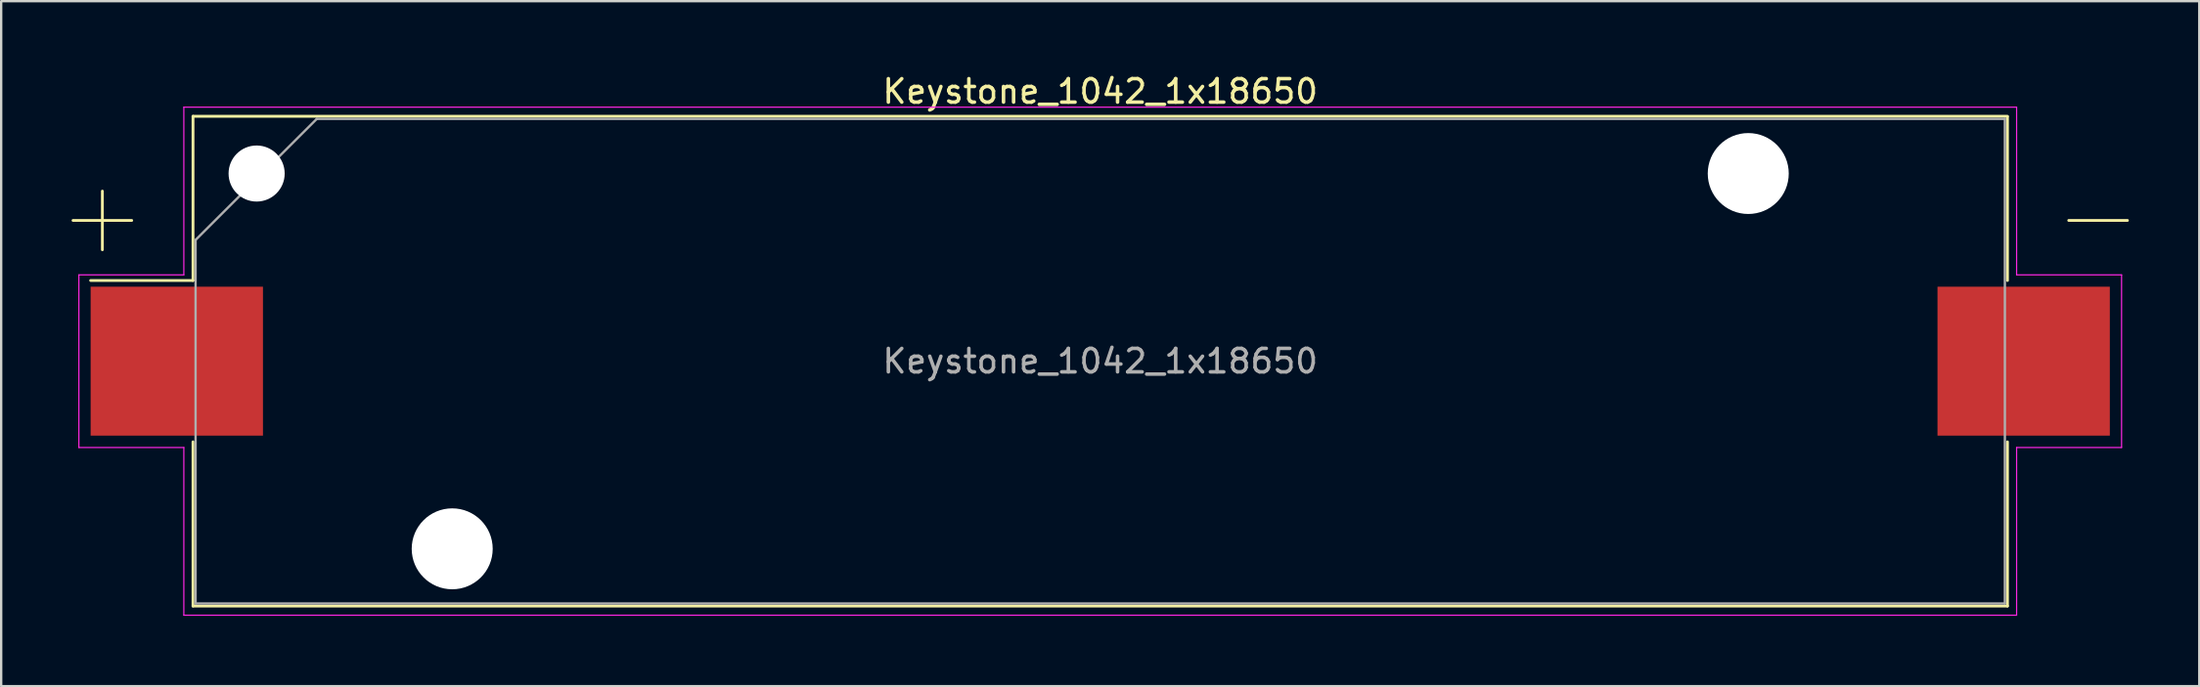
<source format=kicad_pcb>
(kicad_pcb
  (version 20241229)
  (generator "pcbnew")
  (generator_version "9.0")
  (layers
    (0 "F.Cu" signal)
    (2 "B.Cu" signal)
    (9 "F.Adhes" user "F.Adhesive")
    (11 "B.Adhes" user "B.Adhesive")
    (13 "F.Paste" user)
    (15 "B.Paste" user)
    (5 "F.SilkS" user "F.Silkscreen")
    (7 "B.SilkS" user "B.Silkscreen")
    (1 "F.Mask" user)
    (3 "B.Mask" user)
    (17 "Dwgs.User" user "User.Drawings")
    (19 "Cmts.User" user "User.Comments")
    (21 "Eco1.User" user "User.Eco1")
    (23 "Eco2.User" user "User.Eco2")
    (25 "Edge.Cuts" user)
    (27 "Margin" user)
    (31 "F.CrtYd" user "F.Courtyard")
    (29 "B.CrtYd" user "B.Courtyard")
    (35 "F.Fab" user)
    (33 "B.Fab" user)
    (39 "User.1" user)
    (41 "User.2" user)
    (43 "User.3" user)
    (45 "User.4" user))
  (footprint "Keystone_1042_1x18650"
    (layer "F.Cu")
    (at 43.81 12.348)
    (property "Reference" "Keystone_1042_1x18650" (at 0 -11.5 0) (layer "F.SilkS") (effects (font (size 1 1) (thickness 0.15))))
    (attr smd)
    (fp_line (start -43.75 -6) (end -41.25 -6) (stroke (width 0.12) (type solid)) (layer "F.SilkS"))
    (fp_line (start -42.5 -4.75) (end -42.5 -7.25) (stroke (width 0.12) (type solid)) (layer "F.SilkS"))
    (fp_line (start -38.64 -10.44) (end -38.64 -3.44) (stroke (width 0.12) (type solid)) (layer "F.SilkS"))
    (fp_line (start -38.64 -3.44) (end -43 -3.44) (stroke (width 0.12) (type solid)) (layer "F.SilkS"))
    (fp_line (start -38.64 10.44) (end -38.64 3.44) (stroke (width 0.12) (type solid)) (layer "F.SilkS"))
    (fp_line (start 38.64 -10.44) (end -38.64 -10.44) (stroke (width 0.12) (type solid)) (layer "F.SilkS"))
    (fp_line (start 38.64 -3.44) (end 38.64 -10.42) (stroke (width 0.12) (type solid)) (layer "F.SilkS"))
    (fp_line (start 38.64 3.44) (end 38.64 10.44) (stroke (width 0.12) (type solid)) (layer "F.SilkS"))
    (fp_line (start 38.64 10.44) (end -38.64 10.44) (stroke (width 0.12) (type solid)) (layer "F.SilkS"))
    (fp_line (start 43.75 -6) (end 41.25 -6) (stroke (width 0.12) (type solid)) (layer "F.SilkS"))
    (fp_line (start -43.5 -3.68) (end -39.03 -3.68) (stroke (width 0.05) (type solid)) (layer "F.CrtYd"))
    (fp_line (start -43.5 3.68) (end -43.5 -3.68) (stroke (width 0.05) (type solid)) (layer "F.CrtYd"))
    (fp_line (start -39.03 -10.83) (end -39.03 -3.68) (stroke (width 0.05) (type solid)) (layer "F.CrtYd"))
    (fp_line (start -39.03 -10.83) (end 39.03 -10.83) (stroke (width 0.05) (type solid)) (layer "F.CrtYd"))
    (fp_line (start -39.03 3.68) (end -43.5 3.68) (stroke (width 0.05) (type solid)) (layer "F.CrtYd"))
    (fp_line (start -39.03 10.83) (end -39.03 3.68) (stroke (width 0.05) (type solid)) (layer "F.CrtYd"))
    (fp_line (start -39.03 10.83) (end 39.03 10.83) (stroke (width 0.05) (type solid)) (layer "F.CrtYd"))
    (fp_line (start 39.03 -10.83) (end 39.03 -3.68) (stroke (width 0.05) (type solid)) (layer "F.CrtYd"))
    (fp_line (start 39.03 3.68) (end 43.5 3.68) (stroke (width 0.05) (type solid)) (layer "F.CrtYd"))
    (fp_line (start 39.03 10.83) (end 39.03 3.68) (stroke (width 0.05) (type solid)) (layer "F.CrtYd"))
    (fp_line (start 43.5 -3.68) (end 39.03 -3.68) (stroke (width 0.05) (type solid)) (layer "F.CrtYd"))
    (fp_line (start 43.5 3.68) (end 43.5 -3.68) (stroke (width 0.05) (type solid)) (layer "F.CrtYd"))
    (fp_line (start -38.53 -5.168) (end -38.53 10.33) (stroke (width 0.1) (type solid)) (layer "F.Fab"))
    (fp_line (start -38.53 10.33) (end 38.53 10.33) (stroke (width 0.1) (type solid)) (layer "F.Fab"))
    (fp_line (start -33.367 -10.33) (end -38.53 -5.168) (stroke (width 0.1) (type solid)) (layer "F.Fab"))
    (fp_line (start -33.367 -10.33) (end 38.53 -10.33) (stroke (width 0.1) (type solid)) (layer "F.Fab"))
    (fp_line (start 38.53 -10.33) (end 38.53 10.33) (stroke (width 0.1) (type solid)) (layer "F.Fab"))
    (fp_text user "${REFERENCE}" (at 0 0 0) (layer "F.Fab") (effects (font (size 1 1) (thickness 0.15))))
    (pad "" np_thru_hole circle (at -35.93 -8) (size 2.39 2.39) (drill 2.39) (layers "*.Cu" "*.Mask"))
    (pad "" np_thru_hole circle (at -27.6 8) (size 3.45 3.45) (drill 3.45) (layers "*.Cu" "*.Mask"))
    (pad "" np_thru_hole circle (at 27.6 -8) (size 3.45 3.45) (drill 3.45) (layers "*.Cu" "*.Mask"))
    (pad "1" smd rect (at -39.33 0) (size 7.34 6.35) (layers "F.Cu" "F.Mask" "F.Paste"))
    (pad "2" smd rect (at 39.33 0) (size 7.34 6.35) (layers "F.Cu" "F.Mask" "F.Paste")))
  (gr_rect
    (start -3 -3)
    (end 90.62 26.203)
    (stroke (width 0.1) (type default))
    (fill no)
    (layer "Edge.Cuts")))
</source>
